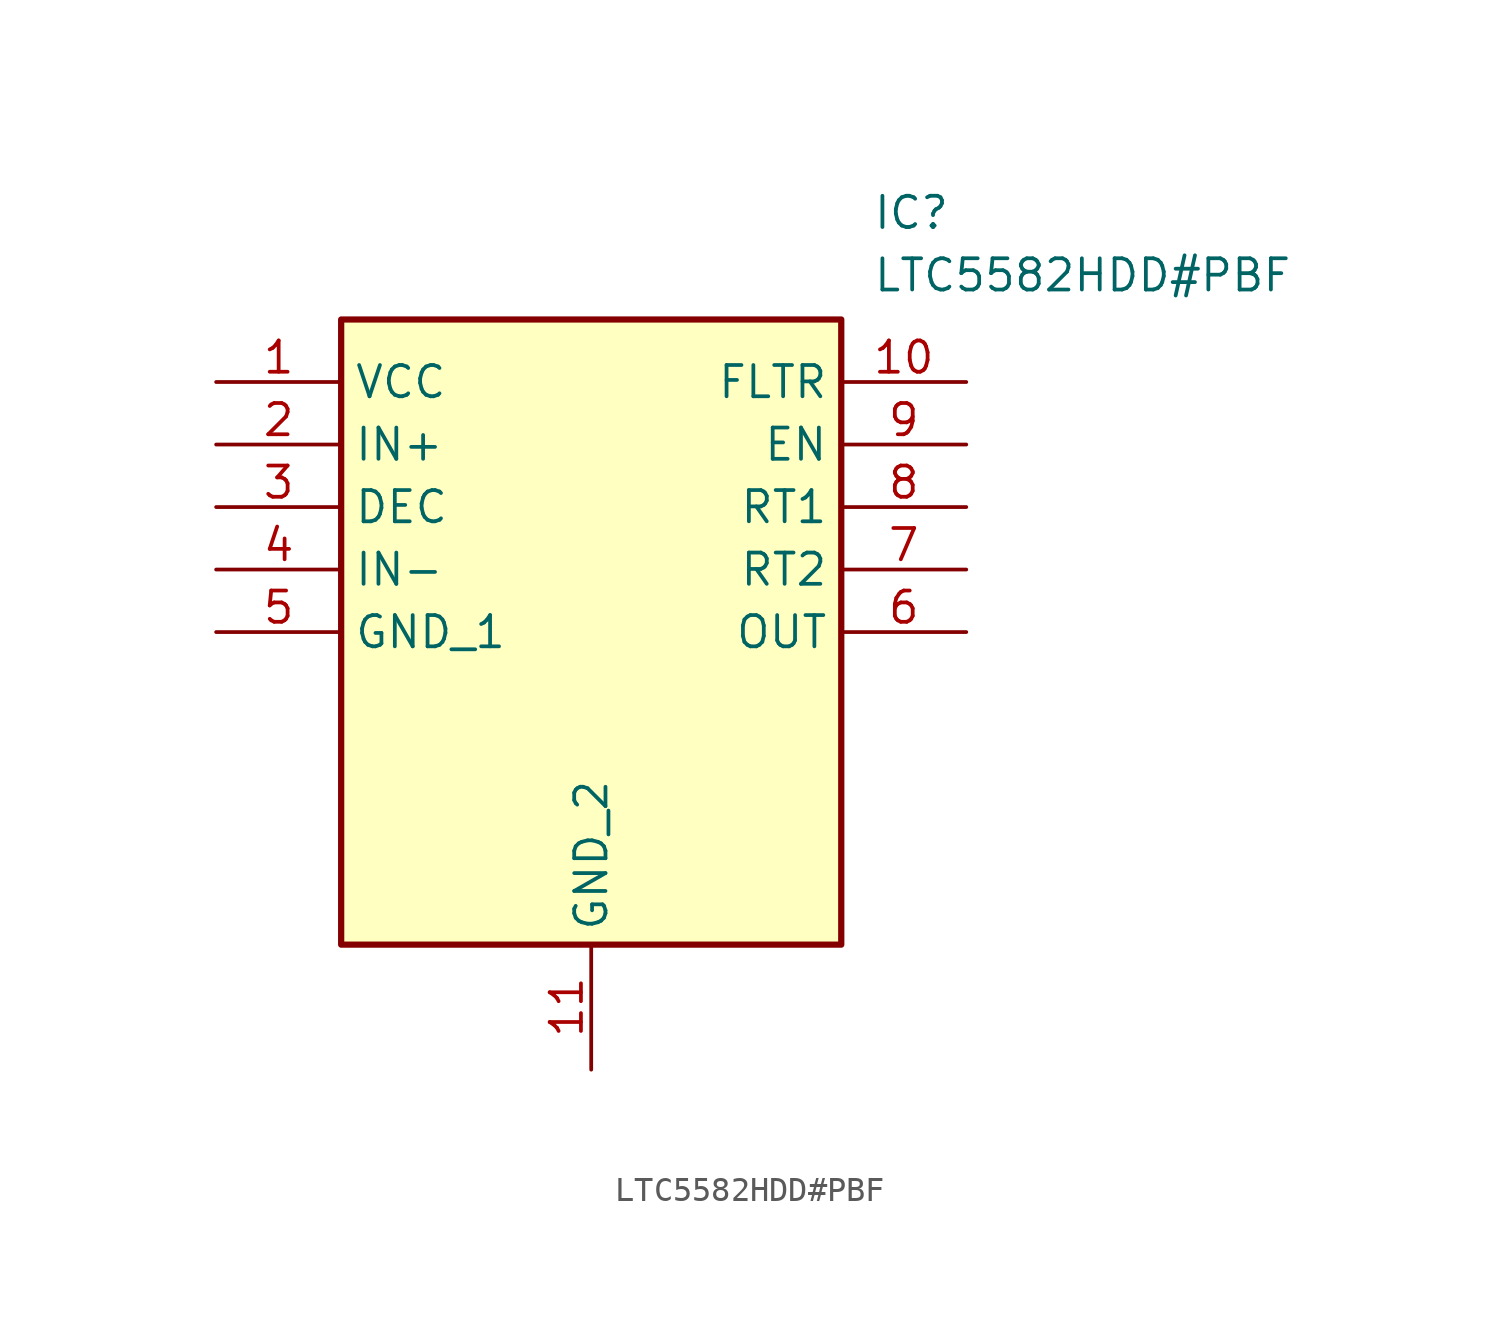
<source format=kicad_sym>
(kicad_symbol_lib
  (version 20211014)
  (generator SamacSys_ECAD_Model)
  (symbol "LTC5582HDD#PBF"
    (property "Reference" "IC"
      (at 26.67 7.62 0)
      (effects (font (size 1.27 1.27)) (justify left top)))
    (property "Value" "LTC5582HDD#PBF"
      (at 26.67 5.08 0)
      (effects (font (size 1.27 1.27)) (justify left top)))
    (rectangle
      (start 5.08 2.54)
      (end 25.4 -22.86)
      (stroke (width 0.254) (type default))
      (fill (type background)))
    (pin passive line
      (at 0 0 0)
      (length 5.08)
      (name "VCC" (effects (font (size 1.27 1.27))))
      (number "1" (effects (font (size 1.27 1.27)))))
    (pin passive line
      (at 0 -2.54 0)
      (length 5.08)
      (name "IN+" (effects (font (size 1.27 1.27))))
      (number "2" (effects (font (size 1.27 1.27)))))
    (pin passive line
      (at 0 -5.08 0)
      (length 5.08)
      (name "DEC" (effects (font (size 1.27 1.27))))
      (number "3" (effects (font (size 1.27 1.27)))))
    (pin passive line
      (at 0 -7.62 0)
      (length 5.08)
      (name "IN-" (effects (font (size 1.27 1.27))))
      (number "4" (effects (font (size 1.27 1.27)))))
    (pin passive line
      (at 0 -10.16 0)
      (length 5.08)
      (name "GND_1" (effects (font (size 1.27 1.27))))
      (number "5" (effects (font (size 1.27 1.27)))))
    (pin passive line
      (at 15.24 -27.94 90)
      (length 5.08)
      (name "GND_2" (effects (font (size 1.27 1.27))))
      (number "11" (effects (font (size 1.27 1.27)))))
    (pin passive line
      (at 30.48 0 180)
      (length 5.08)
      (name "FLTR" (effects (font (size 1.27 1.27))))
      (number "10" (effects (font (size 1.27 1.27)))))
    (pin passive line
      (at 30.48 -2.54 180)
      (length 5.08)
      (name "EN" (effects (font (size 1.27 1.27))))
      (number "9" (effects (font (size 1.27 1.27)))))
    (pin passive line
      (at 30.48 -5.08 180)
      (length 5.08)
      (name "RT1" (effects (font (size 1.27 1.27))))
      (number "8" (effects (font (size 1.27 1.27)))))
    (pin passive line
      (at 30.48 -7.62 180)
      (length 5.08)
      (name "RT2" (effects (font (size 1.27 1.27))))
      (number "7" (effects (font (size 1.27 1.27)))))
    (pin passive line
      (at 30.48 -10.16 180)
      (length 5.08)
      (name "OUT" (effects (font (size 1.27 1.27))))
      (number "6" (effects (font (size 1.27 1.27)))))))
</source>
